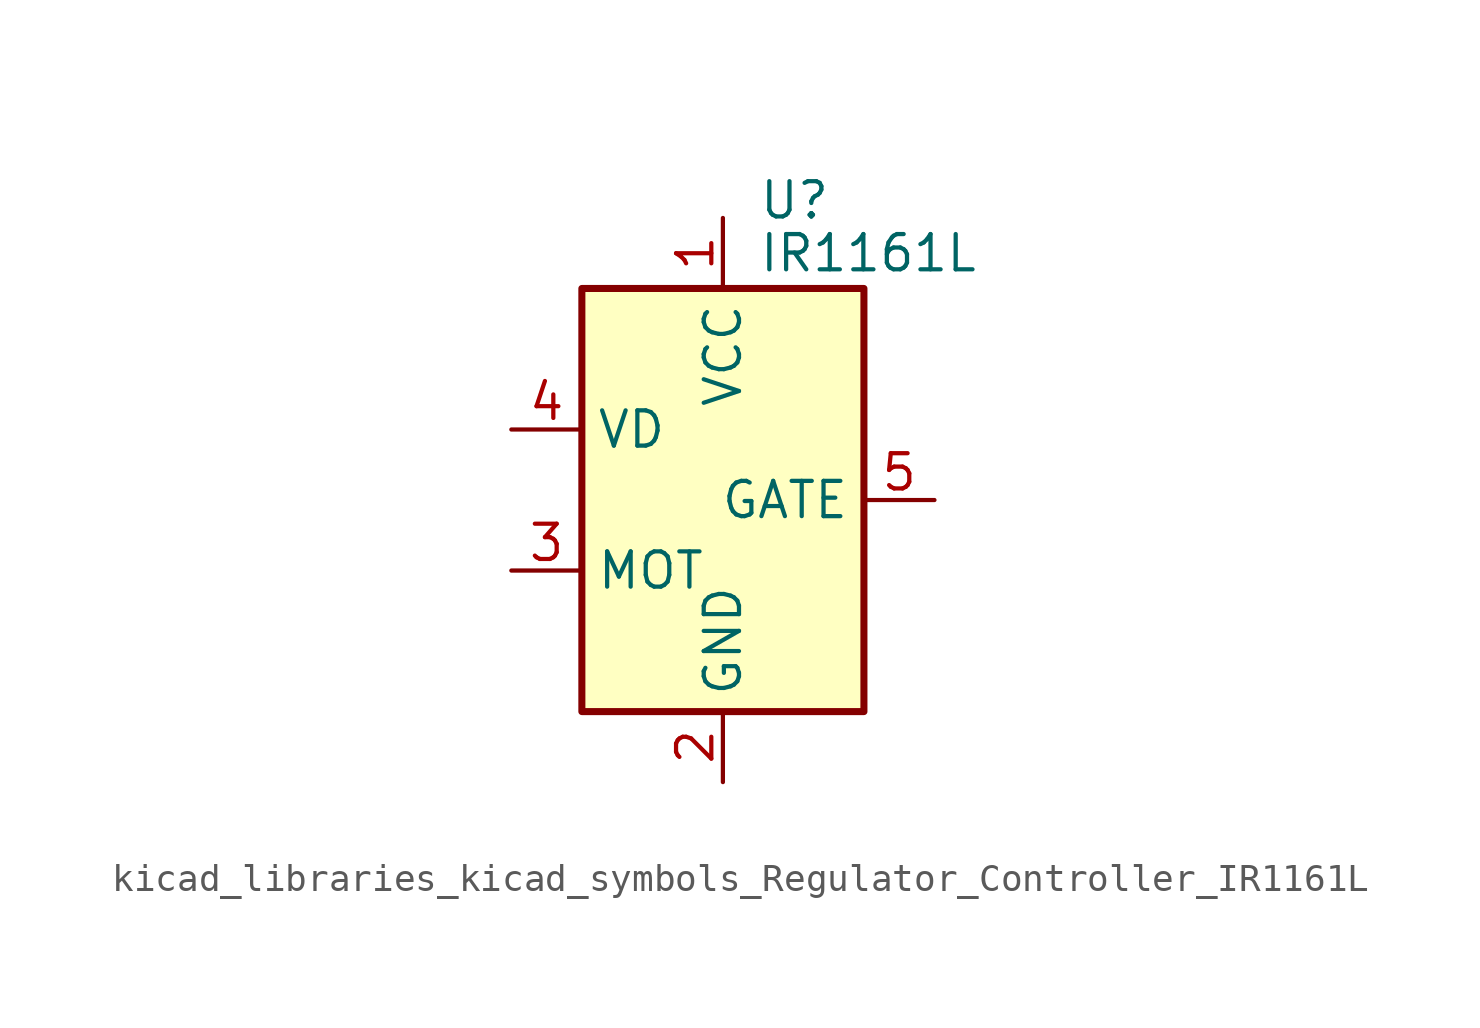
<source format=kicad_sym>
(kicad_symbol_lib
  (version 20220914)
  (generator kicad_symbol_editor)
  (symbol "kicad_libraries_kicad_symbols_Regulator_Controller_IR1161L"
    (property "Reference" "U"
      (at 1.27 10.795 0)
      (effects (font (size 1.27 1.27)) (justify left)))
    (property "Value" "IR1161L"
      (at 1.27 8.89 0)
      (effects (font (size 1.27 1.27)) (justify left)))
    (symbol "kicad_libraries_kicad_symbols_Regulator_Controller_IR1161L_0_1"
      (rectangle (start -5.08 -7.62) (end 5.08 7.62) (stroke (width 0.254) (type default)) (fill (type background))))
    (symbol "kicad_libraries_kicad_symbols_Regulator_Controller_IR1161L_1_1"
      (pin power_in line (at 0 10.16 270) (length 2.54) (name "VCC" (effects (font (size 1.27 1.27)))) (number "1" (effects (font (size 1.27 1.27)))))
      (pin power_in line (at 0 -10.16 90) (length 2.54) (name "GND" (effects (font (size 1.27 1.27)))) (number "2" (effects (font (size 1.27 1.27)))))
      (pin passive line (at -7.62 -2.54 0) (length 2.54) (name "MOT" (effects (font (size 1.27 1.27)))) (number "3" (effects (font (size 1.27 1.27)))))
      (pin input line (at -7.62 2.54 0) (length 2.54) (name "VD" (effects (font (size 1.27 1.27)))) (number "4" (effects (font (size 1.27 1.27)))))
      (pin output line (at 7.62 0 180) (length 2.54) (name "GATE" (effects (font (size 1.27 1.27)))) (number "5" (effects (font (size 1.27 1.27))))))))
</source>
